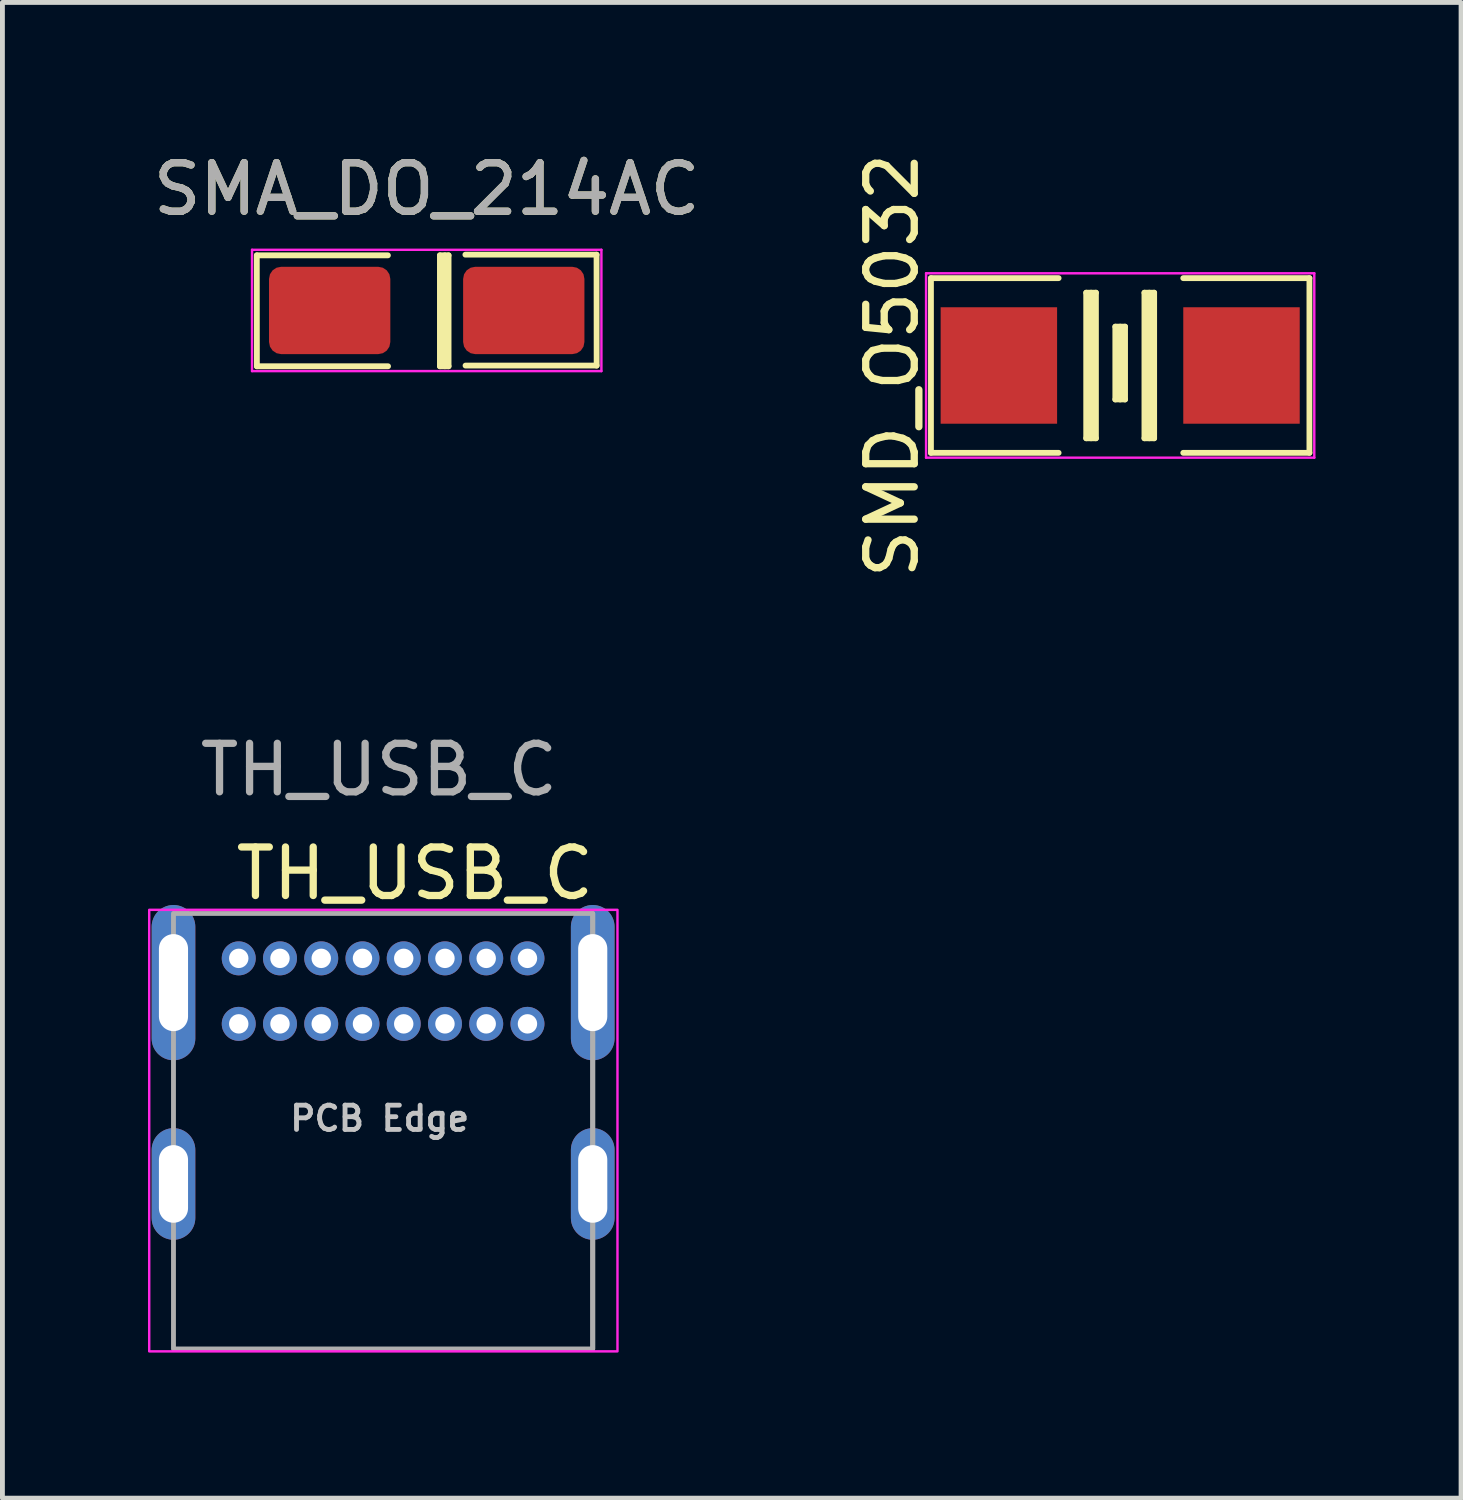
<source format=kicad_pcb>
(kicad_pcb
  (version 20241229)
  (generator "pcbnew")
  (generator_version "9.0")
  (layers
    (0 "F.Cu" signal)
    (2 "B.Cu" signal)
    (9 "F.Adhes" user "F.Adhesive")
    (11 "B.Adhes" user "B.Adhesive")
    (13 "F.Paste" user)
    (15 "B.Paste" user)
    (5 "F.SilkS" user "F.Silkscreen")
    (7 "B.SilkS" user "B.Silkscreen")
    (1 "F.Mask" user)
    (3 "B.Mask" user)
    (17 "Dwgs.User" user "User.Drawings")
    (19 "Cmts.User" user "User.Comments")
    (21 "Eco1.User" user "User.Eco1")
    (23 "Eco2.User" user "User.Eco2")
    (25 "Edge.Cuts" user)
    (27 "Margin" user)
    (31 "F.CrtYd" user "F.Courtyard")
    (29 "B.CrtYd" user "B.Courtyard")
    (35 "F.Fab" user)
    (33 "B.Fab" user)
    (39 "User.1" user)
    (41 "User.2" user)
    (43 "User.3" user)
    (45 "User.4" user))
  (footprint "TH_USB_C"
    (layer "F.Cu")
    (at 4.845 20.262)
    (property "Reference" "TH_USB_C" (at 0.655 -5.312 0) (layer "F.SilkS") (effects (font (size 1 1) (thickness 0.15))))
    (attr through_hole)
    (fp_rect (start -4.82 -4.562) (end 4.83 4.537) (stroke (width 0.05) (type default)) (fill no) (layer "F.CrtYd"))
    (fp_line (start 4.32 4.487) (end 4.32 -4.487) (stroke (width 0.1) (type default)) (layer "F.Fab"))
    (fp_rect (start -4.32 -4.487) (end 4.32 4.487) (stroke (width 0.1) (type default)) (fill no) (layer "F.Fab"))
    (fp_text user "PCB Edge" (at -0.07 -0.263 0) (layer "Dwgs.User") (effects (font (size 0.5 0.5) (thickness 0.1))))
    (fp_text user "${REFERENCE}" (at -0.085 -7.449 0) (layer "F.Fab") (effects (font (size 1 1) (thickness 0.15))))
    (pad "A1" thru_hole circle (at -2.975 -3.562) (size 0.7 0.7) (drill 0.4) (layers "*.Cu" "*.Mask"))
    (pad "A4" thru_hole circle (at -2.125 -3.562) (size 0.7 0.7) (drill 0.4) (layers "*.Cu" "*.Mask"))
    (pad "A5" thru_hole circle (at -1.275 -3.562) (size 0.7 0.7) (drill 0.4) (layers "*.Cu" "*.Mask"))
    (pad "A6" thru_hole circle (at -0.425 -3.562) (size 0.7 0.7) (drill 0.4) (layers "*.Cu" "*.Mask"))
    (pad "A7" thru_hole circle (at 0.425 -3.562) (size 0.7 0.7) (drill 0.4) (layers "*.Cu" "*.Mask"))
    (pad "A8" thru_hole circle (at 1.275 -3.562) (size 0.7 0.7) (drill 0.4) (layers "*.Cu" "*.Mask"))
    (pad "A9" thru_hole circle (at 2.125 -3.562) (size 0.7 0.7) (drill 0.4) (layers "*.Cu" "*.Mask"))
    (pad "A12" thru_hole circle (at 2.975 -3.562) (size 0.7 0.7) (drill 0.4) (layers "*.Cu" "*.Mask"))
    (pad "B1" thru_hole circle (at 2.975 -2.212) (size 0.7 0.7) (drill 0.4) (layers "*.Cu" "*.Mask"))
    (pad "B4" thru_hole circle (at 2.125 -2.212) (size 0.7 0.7) (drill 0.4) (layers "*.Cu" "*.Mask"))
    (pad "B5" thru_hole circle (at 1.275 -2.212) (size 0.7 0.7) (drill 0.4) (layers "*.Cu" "*.Mask"))
    (pad "B6" thru_hole circle (at 0.425 -2.212) (size 0.7 0.7) (drill 0.4) (layers "*.Cu" "*.Mask"))
    (pad "B7" thru_hole circle (at -0.425 -2.212) (size 0.7 0.7) (drill 0.4) (layers "*.Cu" "*.Mask"))
    (pad "B8" thru_hole circle (at -1.275 -2.212) (size 0.7 0.7) (drill 0.4) (layers "*.Cu" "*.Mask"))
    (pad "B9" thru_hole circle (at -2.125 -2.212) (size 0.7 0.7) (drill 0.4) (layers "*.Cu" "*.Mask"))
    (pad "B12" thru_hole circle (at -2.975 -2.212) (size 0.7 0.7) (drill 0.4) (layers "*.Cu" "*.Mask"))
    (pad "S1" thru_hole oval (at -4.32 -3.062) (size 0.9 3.2) (drill oval 0.6 2) (layers "*.Cu" "*.Mask"))
    (pad "S1" thru_hole oval (at -4.32 1.087) (size 0.9 2.3) (drill oval 0.6 1.6) (layers "*.Cu" "*.Mask"))
    (pad "S1" thru_hole oval (at 4.32 -3.062) (size 0.9 3.2) (drill oval 0.6 2) (layers "*.Cu" "*.Mask"))
    (pad "S1" thru_hole oval (at 4.32 1.087) (size 0.9 2.3) (drill oval 0.6 1.6) (layers "*.Cu" "*.Mask")))
  (footprint "SMD_O5032"
    (layer "F.Cu")
    (at 20.035 4.482)
    (property "Reference" "SMD_O5032" (at -4.699 0 90) (layer "F.SilkS") (effects (font (size 1 1) (thickness 0.15))))
    (attr smd)
    (fp_line (start -3.9 -1.8) (end -3.9 1.8) (stroke (width 0.12) (type solid)) (layer "F.SilkS"))
    (fp_line (start -1.269 -1.8) (end -3.9 -1.8) (stroke (width 0.12) (type solid)) (layer "F.SilkS"))
    (fp_line (start -1.269 1.8) (end -3.9 1.8) (stroke (width 0.12) (type solid)) (layer "F.SilkS"))
    (fp_line (start -0.7 -1.5) (end -0.7 1.5) (stroke (width 0.12) (type solid)) (layer "F.SilkS"))
    (fp_line (start -0.7 -1.5) (end -0.5 -1.5) (stroke (width 0.12) (type solid)) (layer "F.SilkS"))
    (fp_line (start -0.7 1.5) (end -0.5 1.5) (stroke (width 0.12) (type solid)) (layer "F.SilkS"))
    (fp_line (start -0.6 -1.5) (end -0.6 1.5) (stroke (width 0.12) (type solid)) (layer "F.SilkS"))
    (fp_line (start -0.5 -1.5) (end -0.5 1.5) (stroke (width 0.12) (type solid)) (layer "F.SilkS"))
    (fp_line (start -0.1 -0.8) (end -0.1 0.7) (stroke (width 0.12) (type solid)) (layer "F.SilkS"))
    (fp_line (start -0.1 -0.8) (end 0.1 -0.8) (stroke (width 0.12) (type solid)) (layer "F.SilkS"))
    (fp_line (start -0.1 0.7) (end 0.1 0.7) (stroke (width 0.12) (type solid)) (layer "F.SilkS"))
    (fp_line (start 0 -0.8) (end 0 0.7) (stroke (width 0.12) (type solid)) (layer "F.SilkS"))
    (fp_line (start 0.1 -0.8) (end 0.1 0.7) (stroke (width 0.12) (type solid)) (layer "F.SilkS"))
    (fp_line (start 0.5 -1.5) (end 0.5 1.5) (stroke (width 0.12) (type solid)) (layer "F.SilkS"))
    (fp_line (start 0.5 -1.5) (end 0.7 -1.5) (stroke (width 0.12) (type solid)) (layer "F.SilkS"))
    (fp_line (start 0.5 1.5) (end 0.7 1.5) (stroke (width 0.12) (type solid)) (layer "F.SilkS"))
    (fp_line (start 0.6 -1.5) (end 0.6 1.5) (stroke (width 0.12) (type solid)) (layer "F.SilkS"))
    (fp_line (start 0.7 -1.5) (end 0.7 1.5) (stroke (width 0.12) (type solid)) (layer "F.SilkS"))
    (fp_line (start 3.9 -1.8) (end 1.3 -1.8) (stroke (width 0.12) (type solid)) (layer "F.SilkS"))
    (fp_line (start 3.9 -1.8) (end 3.9 1.8) (stroke (width 0.12) (type solid)) (layer "F.SilkS"))
    (fp_line (start 3.9 1.8) (end 1.3 1.8) (stroke (width 0.12) (type solid)) (layer "F.SilkS"))
    (fp_line (start -4 -1.9) (end -4 1.9) (stroke (width 0.05) (type solid)) (layer "F.CrtYd"))
    (fp_line (start -4 1.9) (end 4 1.9) (stroke (width 0.05) (type solid)) (layer "F.CrtYd"))
    (fp_line (start 4 -1.9) (end -4 -1.9) (stroke (width 0.05) (type solid)) (layer "F.CrtYd"))
    (fp_line (start 4 1.9) (end 4 -1.9) (stroke (width 0.05) (type solid)) (layer "F.CrtYd"))
    (pad "1" smd rect (at -2.5 0) (size 2.4 2.4) (layers "F.Cu" "F.Mask" "F.Paste"))
    (pad "2" smd rect (at 2.5 0) (size 2.4 2.4) (layers "F.Cu" "F.Mask" "F.Paste")))
  (footprint "SMA_DO_214AC"
    (layer "F.Cu")
    (at 5.744 3.348)
    (property "Reference" "SMA_DO_214AC" (at 0 -2.5 0) (layer "F.SilkS") (effects (font (size 1 1) (thickness 0.15))))
    (attr smd)
    (fp_line (start -3.502 -1.136) (end -3.5 1.15) (stroke (width 0.12) (type solid)) (layer "F.SilkS"))
    (fp_line (start -3.5 -1.136) (end -0.8 -1.136) (stroke (width 0.12) (type solid)) (layer "F.SilkS"))
    (fp_line (start -3.5 1.15) (end -0.797 1.15) (stroke (width 0.12) (type solid)) (layer "F.SilkS"))
    (fp_line (start 0.272 -1.136) (end 0.45 -1.136) (stroke (width 0.12) (type solid)) (layer "F.SilkS"))
    (fp_line (start 0.272 1.15) (end 0.272 -1.136) (stroke (width 0.12) (type solid)) (layer "F.SilkS"))
    (fp_line (start 0.272 1.15) (end 0.45 1.15) (stroke (width 0.12) (type solid)) (layer "F.SilkS"))
    (fp_line (start 0.374 1.15) (end 0.374 -1.136) (stroke (width 0.12) (type solid)) (layer "F.SilkS"))
    (fp_line (start 0.45 1.15) (end 0.45 -1.136) (stroke (width 0.12) (type solid)) (layer "F.SilkS"))
    (fp_line (start 3.5 -1.15) (end 0.797 -1.15) (stroke (width 0.12) (type solid)) (layer "F.SilkS"))
    (fp_line (start 3.5 1.136) (end 0.8 1.136) (stroke (width 0.12) (type solid)) (layer "F.SilkS"))
    (fp_line (start 3.502 1.136) (end 3.5 -1.15) (stroke (width 0.12) (type solid)) (layer "F.SilkS"))
    (fp_line (start -3.6 -1.25) (end 3.6 -1.25) (stroke (width 0.05) (type solid)) (layer "F.CrtYd"))
    (fp_line (start -3.6 1.25) (end -3.6 -1.25) (stroke (width 0.05) (type solid)) (layer "F.CrtYd"))
    (fp_line (start 3.6 1.25) (end -3.6 1.25) (stroke (width 0.05) (type solid)) (layer "F.CrtYd"))
    (fp_line (start 3.6 1.25) (end 3.6 -1.25) (stroke (width 0.05) (type solid)) (layer "F.CrtYd"))
    (fp_text user "${REFERENCE}" (at 0 -2.5 0) (layer "F.Fab") (effects (font (size 1 1) (thickness 0.15))))
    (pad "1" smd roundrect (at -2 0) (size 2.5 1.8) (layers "F.Cu" "F.Mask" "F.Paste") (roundrect_rratio 0.139))
    (pad "2" smd roundrect (at 2 0) (size 2.5 1.8) (layers "F.Cu" "F.Mask" "F.Paste") (roundrect_rratio 0.139)))
  (gr_rect
    (start -3 -3)
    (end 27.06 27.825)
    (stroke (width 0.1) (type default))
    (fill no)
    (layer "Edge.Cuts")))
</source>
